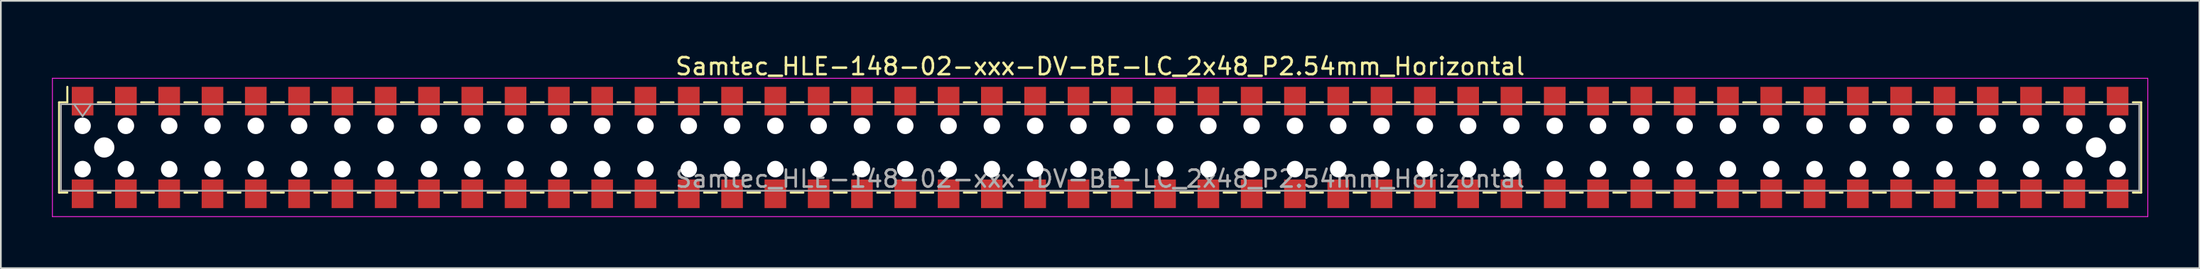
<source format=kicad_pcb>
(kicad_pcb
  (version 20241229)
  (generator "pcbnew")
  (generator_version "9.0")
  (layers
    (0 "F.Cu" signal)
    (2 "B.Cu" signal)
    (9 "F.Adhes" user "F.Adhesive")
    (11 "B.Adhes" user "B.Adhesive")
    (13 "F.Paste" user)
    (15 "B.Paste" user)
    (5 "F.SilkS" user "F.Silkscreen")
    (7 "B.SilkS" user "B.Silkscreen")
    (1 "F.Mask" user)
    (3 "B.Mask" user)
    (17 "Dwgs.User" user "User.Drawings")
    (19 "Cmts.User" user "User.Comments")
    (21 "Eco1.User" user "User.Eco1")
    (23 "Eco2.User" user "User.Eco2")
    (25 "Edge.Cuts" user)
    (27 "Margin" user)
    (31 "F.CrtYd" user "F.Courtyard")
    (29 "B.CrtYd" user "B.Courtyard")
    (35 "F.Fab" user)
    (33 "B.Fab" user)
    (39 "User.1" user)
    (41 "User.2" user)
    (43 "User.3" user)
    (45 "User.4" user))
  (footprint "Samtec_HLE-148-02-xxx-DV-BE-LC_2x48_P2.54mm_Horizontal"
    (layer "F.Cu")
    (at 61.485 5.608)
    (property "Reference" "Samtec_HLE-148-02-xxx-DV-BE-LC_2x48_P2.54mm_Horizontal" (at 0 -4.76 0) (layer "F.SilkS") (effects (font (size 1 1) (thickness 0.15))))
    (attr smd)
    (fp_line (start -61.07 -2.65) (end -61.07 2.65) (stroke (width 0.12) (type solid)) (layer "F.SilkS"))
    (fp_line (start -61.07 2.65) (end -60.585 2.65) (stroke (width 0.12) (type solid)) (layer "F.SilkS"))
    (fp_line (start -60.585 -3.56) (end -60.585 -2.65) (stroke (width 0.12) (type solid)) (layer "F.SilkS"))
    (fp_line (start -60.585 -2.65) (end -61.07 -2.65) (stroke (width 0.12) (type solid)) (layer "F.SilkS"))
    (fp_line (start -58.795 -2.65) (end -58.045 -2.65) (stroke (width 0.12) (type solid)) (layer "F.SilkS"))
    (fp_line (start -58.795 2.65) (end -58.045 2.65) (stroke (width 0.12) (type solid)) (layer "F.SilkS"))
    (fp_line (start -56.255 -2.65) (end -55.505 -2.65) (stroke (width 0.12) (type solid)) (layer "F.SilkS"))
    (fp_line (start -56.255 2.65) (end -55.505 2.65) (stroke (width 0.12) (type solid)) (layer "F.SilkS"))
    (fp_line (start -53.715 -2.65) (end -52.965 -2.65) (stroke (width 0.12) (type solid)) (layer "F.SilkS"))
    (fp_line (start -53.715 2.65) (end -52.965 2.65) (stroke (width 0.12) (type solid)) (layer "F.SilkS"))
    (fp_line (start -51.175 -2.65) (end -50.425 -2.65) (stroke (width 0.12) (type solid)) (layer "F.SilkS"))
    (fp_line (start -51.175 2.65) (end -50.425 2.65) (stroke (width 0.12) (type solid)) (layer "F.SilkS"))
    (fp_line (start -48.635 -2.65) (end -47.885 -2.65) (stroke (width 0.12) (type solid)) (layer "F.SilkS"))
    (fp_line (start -48.635 2.65) (end -47.885 2.65) (stroke (width 0.12) (type solid)) (layer "F.SilkS"))
    (fp_line (start -46.095 -2.65) (end -45.345 -2.65) (stroke (width 0.12) (type solid)) (layer "F.SilkS"))
    (fp_line (start -46.095 2.65) (end -45.345 2.65) (stroke (width 0.12) (type solid)) (layer "F.SilkS"))
    (fp_line (start -43.555 -2.65) (end -42.805 -2.65) (stroke (width 0.12) (type solid)) (layer "F.SilkS"))
    (fp_line (start -43.555 2.65) (end -42.805 2.65) (stroke (width 0.12) (type solid)) (layer "F.SilkS"))
    (fp_line (start -41.015 -2.65) (end -40.265 -2.65) (stroke (width 0.12) (type solid)) (layer "F.SilkS"))
    (fp_line (start -41.015 2.65) (end -40.265 2.65) (stroke (width 0.12) (type solid)) (layer "F.SilkS"))
    (fp_line (start -38.475 -2.65) (end -37.725 -2.65) (stroke (width 0.12) (type solid)) (layer "F.SilkS"))
    (fp_line (start -38.475 2.65) (end -37.725 2.65) (stroke (width 0.12) (type solid)) (layer "F.SilkS"))
    (fp_line (start -35.935 -2.65) (end -35.185 -2.65) (stroke (width 0.12) (type solid)) (layer "F.SilkS"))
    (fp_line (start -35.935 2.65) (end -35.185 2.65) (stroke (width 0.12) (type solid)) (layer "F.SilkS"))
    (fp_line (start -33.395 -2.65) (end -32.645 -2.65) (stroke (width 0.12) (type solid)) (layer "F.SilkS"))
    (fp_line (start -33.395 2.65) (end -32.645 2.65) (stroke (width 0.12) (type solid)) (layer "F.SilkS"))
    (fp_line (start -30.855 -2.65) (end -30.105 -2.65) (stroke (width 0.12) (type solid)) (layer "F.SilkS"))
    (fp_line (start -30.855 2.65) (end -30.105 2.65) (stroke (width 0.12) (type solid)) (layer "F.SilkS"))
    (fp_line (start -28.315 -2.65) (end -27.565 -2.65) (stroke (width 0.12) (type solid)) (layer "F.SilkS"))
    (fp_line (start -28.315 2.65) (end -27.565 2.65) (stroke (width 0.12) (type solid)) (layer "F.SilkS"))
    (fp_line (start -25.775 -2.65) (end -25.025 -2.65) (stroke (width 0.12) (type solid)) (layer "F.SilkS"))
    (fp_line (start -25.775 2.65) (end -25.025 2.65) (stroke (width 0.12) (type solid)) (layer "F.SilkS"))
    (fp_line (start -23.235 -2.65) (end -22.485 -2.65) (stroke (width 0.12) (type solid)) (layer "F.SilkS"))
    (fp_line (start -23.235 2.65) (end -22.485 2.65) (stroke (width 0.12) (type solid)) (layer "F.SilkS"))
    (fp_line (start -20.695 -2.65) (end -19.945 -2.65) (stroke (width 0.12) (type solid)) (layer "F.SilkS"))
    (fp_line (start -20.695 2.65) (end -19.945 2.65) (stroke (width 0.12) (type solid)) (layer "F.SilkS"))
    (fp_line (start -18.155 -2.65) (end -17.405 -2.65) (stroke (width 0.12) (type solid)) (layer "F.SilkS"))
    (fp_line (start -18.155 2.65) (end -17.405 2.65) (stroke (width 0.12) (type solid)) (layer "F.SilkS"))
    (fp_line (start -15.615 -2.65) (end -14.865 -2.65) (stroke (width 0.12) (type solid)) (layer "F.SilkS"))
    (fp_line (start -15.615 2.65) (end -14.865 2.65) (stroke (width 0.12) (type solid)) (layer "F.SilkS"))
    (fp_line (start -13.075 -2.65) (end -12.325 -2.65) (stroke (width 0.12) (type solid)) (layer "F.SilkS"))
    (fp_line (start -13.075 2.65) (end -12.325 2.65) (stroke (width 0.12) (type solid)) (layer "F.SilkS"))
    (fp_line (start -10.535 -2.65) (end -9.785 -2.65) (stroke (width 0.12) (type solid)) (layer "F.SilkS"))
    (fp_line (start -10.535 2.65) (end -9.785 2.65) (stroke (width 0.12) (type solid)) (layer "F.SilkS"))
    (fp_line (start -7.995 -2.65) (end -7.245 -2.65) (stroke (width 0.12) (type solid)) (layer "F.SilkS"))
    (fp_line (start -7.995 2.65) (end -7.245 2.65) (stroke (width 0.12) (type solid)) (layer "F.SilkS"))
    (fp_line (start -5.455 -2.65) (end -4.705 -2.65) (stroke (width 0.12) (type solid)) (layer "F.SilkS"))
    (fp_line (start -5.455 2.65) (end -4.705 2.65) (stroke (width 0.12) (type solid)) (layer "F.SilkS"))
    (fp_line (start -2.915 -2.65) (end -2.165 -2.65) (stroke (width 0.12) (type solid)) (layer "F.SilkS"))
    (fp_line (start -2.915 2.65) (end -2.165 2.65) (stroke (width 0.12) (type solid)) (layer "F.SilkS"))
    (fp_line (start -0.375 -2.65) (end 0.375 -2.65) (stroke (width 0.12) (type solid)) (layer "F.SilkS"))
    (fp_line (start -0.375 2.65) (end 0.375 2.65) (stroke (width 0.12) (type solid)) (layer "F.SilkS"))
    (fp_line (start 2.165 -2.65) (end 2.915 -2.65) (stroke (width 0.12) (type solid)) (layer "F.SilkS"))
    (fp_line (start 2.165 2.65) (end 2.915 2.65) (stroke (width 0.12) (type solid)) (layer "F.SilkS"))
    (fp_line (start 4.705 -2.65) (end 5.455 -2.65) (stroke (width 0.12) (type solid)) (layer "F.SilkS"))
    (fp_line (start 4.705 2.65) (end 5.455 2.65) (stroke (width 0.12) (type solid)) (layer "F.SilkS"))
    (fp_line (start 7.245 -2.65) (end 7.995 -2.65) (stroke (width 0.12) (type solid)) (layer "F.SilkS"))
    (fp_line (start 7.245 2.65) (end 7.995 2.65) (stroke (width 0.12) (type solid)) (layer "F.SilkS"))
    (fp_line (start 9.785 -2.65) (end 10.535 -2.65) (stroke (width 0.12) (type solid)) (layer "F.SilkS"))
    (fp_line (start 9.785 2.65) (end 10.535 2.65) (stroke (width 0.12) (type solid)) (layer "F.SilkS"))
    (fp_line (start 12.325 -2.65) (end 13.075 -2.65) (stroke (width 0.12) (type solid)) (layer "F.SilkS"))
    (fp_line (start 12.325 2.65) (end 13.075 2.65) (stroke (width 0.12) (type solid)) (layer "F.SilkS"))
    (fp_line (start 14.865 -2.65) (end 15.615 -2.65) (stroke (width 0.12) (type solid)) (layer "F.SilkS"))
    (fp_line (start 14.865 2.65) (end 15.615 2.65) (stroke (width 0.12) (type solid)) (layer "F.SilkS"))
    (fp_line (start 17.405 -2.65) (end 18.155 -2.65) (stroke (width 0.12) (type solid)) (layer "F.SilkS"))
    (fp_line (start 17.405 2.65) (end 18.155 2.65) (stroke (width 0.12) (type solid)) (layer "F.SilkS"))
    (fp_line (start 19.945 -2.65) (end 20.695 -2.65) (stroke (width 0.12) (type solid)) (layer "F.SilkS"))
    (fp_line (start 19.945 2.65) (end 20.695 2.65) (stroke (width 0.12) (type solid)) (layer "F.SilkS"))
    (fp_line (start 22.485 -2.65) (end 23.235 -2.65) (stroke (width 0.12) (type solid)) (layer "F.SilkS"))
    (fp_line (start 22.485 2.65) (end 23.235 2.65) (stroke (width 0.12) (type solid)) (layer "F.SilkS"))
    (fp_line (start 25.025 -2.65) (end 25.775 -2.65) (stroke (width 0.12) (type solid)) (layer "F.SilkS"))
    (fp_line (start 25.025 2.65) (end 25.775 2.65) (stroke (width 0.12) (type solid)) (layer "F.SilkS"))
    (fp_line (start 27.565 -2.65) (end 28.315 -2.65) (stroke (width 0.12) (type solid)) (layer "F.SilkS"))
    (fp_line (start 27.565 2.65) (end 28.315 2.65) (stroke (width 0.12) (type solid)) (layer "F.SilkS"))
    (fp_line (start 30.105 -2.65) (end 30.855 -2.65) (stroke (width 0.12) (type solid)) (layer "F.SilkS"))
    (fp_line (start 30.105 2.65) (end 30.855 2.65) (stroke (width 0.12) (type solid)) (layer "F.SilkS"))
    (fp_line (start 32.645 -2.65) (end 33.395 -2.65) (stroke (width 0.12) (type solid)) (layer "F.SilkS"))
    (fp_line (start 32.645 2.65) (end 33.395 2.65) (stroke (width 0.12) (type solid)) (layer "F.SilkS"))
    (fp_line (start 35.185 -2.65) (end 35.935 -2.65) (stroke (width 0.12) (type solid)) (layer "F.SilkS"))
    (fp_line (start 35.185 2.65) (end 35.935 2.65) (stroke (width 0.12) (type solid)) (layer "F.SilkS"))
    (fp_line (start 37.725 -2.65) (end 38.475 -2.65) (stroke (width 0.12) (type solid)) (layer "F.SilkS"))
    (fp_line (start 37.725 2.65) (end 38.475 2.65) (stroke (width 0.12) (type solid)) (layer "F.SilkS"))
    (fp_line (start 40.265 -2.65) (end 41.015 -2.65) (stroke (width 0.12) (type solid)) (layer "F.SilkS"))
    (fp_line (start 40.265 2.65) (end 41.015 2.65) (stroke (width 0.12) (type solid)) (layer "F.SilkS"))
    (fp_line (start 42.805 -2.65) (end 43.555 -2.65) (stroke (width 0.12) (type solid)) (layer "F.SilkS"))
    (fp_line (start 42.805 2.65) (end 43.555 2.65) (stroke (width 0.12) (type solid)) (layer "F.SilkS"))
    (fp_line (start 45.345 -2.65) (end 46.095 -2.65) (stroke (width 0.12) (type solid)) (layer "F.SilkS"))
    (fp_line (start 45.345 2.65) (end 46.095 2.65) (stroke (width 0.12) (type solid)) (layer "F.SilkS"))
    (fp_line (start 47.885 -2.65) (end 48.635 -2.65) (stroke (width 0.12) (type solid)) (layer "F.SilkS"))
    (fp_line (start 47.885 2.65) (end 48.635 2.65) (stroke (width 0.12) (type solid)) (layer "F.SilkS"))
    (fp_line (start 50.425 -2.65) (end 51.175 -2.65) (stroke (width 0.12) (type solid)) (layer "F.SilkS"))
    (fp_line (start 50.425 2.65) (end 51.175 2.65) (stroke (width 0.12) (type solid)) (layer "F.SilkS"))
    (fp_line (start 52.965 -2.65) (end 53.715 -2.65) (stroke (width 0.12) (type solid)) (layer "F.SilkS"))
    (fp_line (start 52.965 2.65) (end 53.715 2.65) (stroke (width 0.12) (type solid)) (layer "F.SilkS"))
    (fp_line (start 55.505 -2.65) (end 56.255 -2.65) (stroke (width 0.12) (type solid)) (layer "F.SilkS"))
    (fp_line (start 55.505 2.65) (end 56.255 2.65) (stroke (width 0.12) (type solid)) (layer "F.SilkS"))
    (fp_line (start 58.045 -2.65) (end 58.795 -2.65) (stroke (width 0.12) (type solid)) (layer "F.SilkS"))
    (fp_line (start 58.045 2.65) (end 58.795 2.65) (stroke (width 0.12) (type solid)) (layer "F.SilkS"))
    (fp_line (start 60.585 -2.65) (end 61.07 -2.65) (stroke (width 0.12) (type solid)) (layer "F.SilkS"))
    (fp_line (start 61.07 -2.65) (end 61.07 2.65) (stroke (width 0.12) (type solid)) (layer "F.SilkS"))
    (fp_line (start 61.07 2.65) (end 60.585 2.65) (stroke (width 0.12) (type solid)) (layer "F.SilkS"))
    (fp_line (start -61.46 -4.06) (end 61.46 -4.06) (stroke (width 0.05) (type solid)) (layer "F.CrtYd"))
    (fp_line (start -61.46 4.06) (end -61.46 -4.06) (stroke (width 0.05) (type solid)) (layer "F.CrtYd"))
    (fp_line (start 61.46 -4.06) (end 61.46 4.06) (stroke (width 0.05) (type solid)) (layer "F.CrtYd"))
    (fp_line (start 61.46 4.06) (end -61.46 4.06) (stroke (width 0.05) (type solid)) (layer "F.CrtYd"))
    (fp_line (start -60.96 -2.54) (end 60.96 -2.54) (stroke (width 0.1) (type solid)) (layer "F.Fab"))
    (fp_line (start -60.96 2.54) (end -60.96 -2.54) (stroke (width 0.1) (type solid)) (layer "F.Fab"))
    (fp_line (start -60.19 -2.54) (end -59.69 -1.833) (stroke (width 0.1) (type solid)) (layer "F.Fab"))
    (fp_line (start -59.69 -1.833) (end -59.19 -2.54) (stroke (width 0.1) (type solid)) (layer "F.Fab"))
    (fp_line (start 60.96 -2.54) (end 60.96 2.54) (stroke (width 0.1) (type solid)) (layer "F.Fab"))
    (fp_line (start 60.96 2.54) (end -60.96 2.54) (stroke (width 0.1) (type solid)) (layer "F.Fab"))
    (fp_text user "${REFERENCE}" (at 0 1.84 0) (layer "F.Fab") (effects (font (size 1 1) (thickness 0.15))))
    (pad "" np_thru_hole circle (at -59.69 -1.27) (size 0.97 0.97) (drill 0.97) (layers "*.Cu" "*.Mask"))
    (pad "" np_thru_hole circle (at -59.69 1.27) (size 0.97 0.97) (drill 0.97) (layers "*.Cu" "*.Mask"))
    (pad "" np_thru_hole circle (at -58.42 0) (size 1.19 1.19) (drill 1.19) (layers "*.Cu" "*.Mask"))
    (pad "" np_thru_hole circle (at -57.15 -1.27) (size 0.97 0.97) (drill 0.97) (layers "*.Cu" "*.Mask"))
    (pad "" np_thru_hole circle (at -57.15 1.27) (size 0.97 0.97) (drill 0.97) (layers "*.Cu" "*.Mask"))
    (pad "" np_thru_hole circle (at -54.61 -1.27) (size 0.97 0.97) (drill 0.97) (layers "*.Cu" "*.Mask"))
    (pad "" np_thru_hole circle (at -54.61 1.27) (size 0.97 0.97) (drill 0.97) (layers "*.Cu" "*.Mask"))
    (pad "" np_thru_hole circle (at -52.07 -1.27) (size 0.97 0.97) (drill 0.97) (layers "*.Cu" "*.Mask"))
    (pad "" np_thru_hole circle (at -52.07 1.27) (size 0.97 0.97) (drill 0.97) (layers "*.Cu" "*.Mask"))
    (pad "" np_thru_hole circle (at -49.53 -1.27) (size 0.97 0.97) (drill 0.97) (layers "*.Cu" "*.Mask"))
    (pad "" np_thru_hole circle (at -49.53 1.27) (size 0.97 0.97) (drill 0.97) (layers "*.Cu" "*.Mask"))
    (pad "" np_thru_hole circle (at -46.99 -1.27) (size 0.97 0.97) (drill 0.97) (layers "*.Cu" "*.Mask"))
    (pad "" np_thru_hole circle (at -46.99 1.27) (size 0.97 0.97) (drill 0.97) (layers "*.Cu" "*.Mask"))
    (pad "" np_thru_hole circle (at -44.45 -1.27) (size 0.97 0.97) (drill 0.97) (layers "*.Cu" "*.Mask"))
    (pad "" np_thru_hole circle (at -44.45 1.27) (size 0.97 0.97) (drill 0.97) (layers "*.Cu" "*.Mask"))
    (pad "" np_thru_hole circle (at -41.91 -1.27) (size 0.97 0.97) (drill 0.97) (layers "*.Cu" "*.Mask"))
    (pad "" np_thru_hole circle (at -41.91 1.27) (size 0.97 0.97) (drill 0.97) (layers "*.Cu" "*.Mask"))
    (pad "" np_thru_hole circle (at -39.37 -1.27) (size 0.97 0.97) (drill 0.97) (layers "*.Cu" "*.Mask"))
    (pad "" np_thru_hole circle (at -39.37 1.27) (size 0.97 0.97) (drill 0.97) (layers "*.Cu" "*.Mask"))
    (pad "" np_thru_hole circle (at -36.83 -1.27) (size 0.97 0.97) (drill 0.97) (layers "*.Cu" "*.Mask"))
    (pad "" np_thru_hole circle (at -36.83 1.27) (size 0.97 0.97) (drill 0.97) (layers "*.Cu" "*.Mask"))
    (pad "" np_thru_hole circle (at -34.29 -1.27) (size 0.97 0.97) (drill 0.97) (layers "*.Cu" "*.Mask"))
    (pad "" np_thru_hole circle (at -34.29 1.27) (size 0.97 0.97) (drill 0.97) (layers "*.Cu" "*.Mask"))
    (pad "" np_thru_hole circle (at -31.75 -1.27) (size 0.97 0.97) (drill 0.97) (layers "*.Cu" "*.Mask"))
    (pad "" np_thru_hole circle (at -31.75 1.27) (size 0.97 0.97) (drill 0.97) (layers "*.Cu" "*.Mask"))
    (pad "" np_thru_hole circle (at -29.21 -1.27) (size 0.97 0.97) (drill 0.97) (layers "*.Cu" "*.Mask"))
    (pad "" np_thru_hole circle (at -29.21 1.27) (size 0.97 0.97) (drill 0.97) (layers "*.Cu" "*.Mask"))
    (pad "" np_thru_hole circle (at -26.67 -1.27) (size 0.97 0.97) (drill 0.97) (layers "*.Cu" "*.Mask"))
    (pad "" np_thru_hole circle (at -26.67 1.27) (size 0.97 0.97) (drill 0.97) (layers "*.Cu" "*.Mask"))
    (pad "" np_thru_hole circle (at -24.13 -1.27) (size 0.97 0.97) (drill 0.97) (layers "*.Cu" "*.Mask"))
    (pad "" np_thru_hole circle (at -24.13 1.27) (size 0.97 0.97) (drill 0.97) (layers "*.Cu" "*.Mask"))
    (pad "" np_thru_hole circle (at -21.59 -1.27) (size 0.97 0.97) (drill 0.97) (layers "*.Cu" "*.Mask"))
    (pad "" np_thru_hole circle (at -21.59 1.27) (size 0.97 0.97) (drill 0.97) (layers "*.Cu" "*.Mask"))
    (pad "" np_thru_hole circle (at -19.05 -1.27) (size 0.97 0.97) (drill 0.97) (layers "*.Cu" "*.Mask"))
    (pad "" np_thru_hole circle (at -19.05 1.27) (size 0.97 0.97) (drill 0.97) (layers "*.Cu" "*.Mask"))
    (pad "" np_thru_hole circle (at -16.51 -1.27) (size 0.97 0.97) (drill 0.97) (layers "*.Cu" "*.Mask"))
    (pad "" np_thru_hole circle (at -16.51 1.27) (size 0.97 0.97) (drill 0.97) (layers "*.Cu" "*.Mask"))
    (pad "" np_thru_hole circle (at -13.97 -1.27) (size 0.97 0.97) (drill 0.97) (layers "*.Cu" "*.Mask"))
    (pad "" np_thru_hole circle (at -13.97 1.27) (size 0.97 0.97) (drill 0.97) (layers "*.Cu" "*.Mask"))
    (pad "" np_thru_hole circle (at -11.43 -1.27) (size 0.97 0.97) (drill 0.97) (layers "*.Cu" "*.Mask"))
    (pad "" np_thru_hole circle (at -11.43 1.27) (size 0.97 0.97) (drill 0.97) (layers "*.Cu" "*.Mask"))
    (pad "" np_thru_hole circle (at -8.89 -1.27) (size 0.97 0.97) (drill 0.97) (layers "*.Cu" "*.Mask"))
    (pad "" np_thru_hole circle (at -8.89 1.27) (size 0.97 0.97) (drill 0.97) (layers "*.Cu" "*.Mask"))
    (pad "" np_thru_hole circle (at -6.35 -1.27) (size 0.97 0.97) (drill 0.97) (layers "*.Cu" "*.Mask"))
    (pad "" np_thru_hole circle (at -6.35 1.27) (size 0.97 0.97) (drill 0.97) (layers "*.Cu" "*.Mask"))
    (pad "" np_thru_hole circle (at -3.81 -1.27) (size 0.97 0.97) (drill 0.97) (layers "*.Cu" "*.Mask"))
    (pad "" np_thru_hole circle (at -3.81 1.27) (size 0.97 0.97) (drill 0.97) (layers "*.Cu" "*.Mask"))
    (pad "" np_thru_hole circle (at -1.27 -1.27) (size 0.97 0.97) (drill 0.97) (layers "*.Cu" "*.Mask"))
    (pad "" np_thru_hole circle (at -1.27 1.27) (size 0.97 0.97) (drill 0.97) (layers "*.Cu" "*.Mask"))
    (pad "" np_thru_hole circle (at 1.27 -1.27) (size 0.97 0.97) (drill 0.97) (layers "*.Cu" "*.Mask"))
    (pad "" np_thru_hole circle (at 1.27 1.27) (size 0.97 0.97) (drill 0.97) (layers "*.Cu" "*.Mask"))
    (pad "" np_thru_hole circle (at 3.81 -1.27) (size 0.97 0.97) (drill 0.97) (layers "*.Cu" "*.Mask"))
    (pad "" np_thru_hole circle (at 3.81 1.27) (size 0.97 0.97) (drill 0.97) (layers "*.Cu" "*.Mask"))
    (pad "" np_thru_hole circle (at 6.35 -1.27) (size 0.97 0.97) (drill 0.97) (layers "*.Cu" "*.Mask"))
    (pad "" np_thru_hole circle (at 6.35 1.27) (size 0.97 0.97) (drill 0.97) (layers "*.Cu" "*.Mask"))
    (pad "" np_thru_hole circle (at 8.89 -1.27) (size 0.97 0.97) (drill 0.97) (layers "*.Cu" "*.Mask"))
    (pad "" np_thru_hole circle (at 8.89 1.27) (size 0.97 0.97) (drill 0.97) (layers "*.Cu" "*.Mask"))
    (pad "" np_thru_hole circle (at 11.43 -1.27) (size 0.97 0.97) (drill 0.97) (layers "*.Cu" "*.Mask"))
    (pad "" np_thru_hole circle (at 11.43 1.27) (size 0.97 0.97) (drill 0.97) (layers "*.Cu" "*.Mask"))
    (pad "" np_thru_hole circle (at 13.97 -1.27) (size 0.97 0.97) (drill 0.97) (layers "*.Cu" "*.Mask"))
    (pad "" np_thru_hole circle (at 13.97 1.27) (size 0.97 0.97) (drill 0.97) (layers "*.Cu" "*.Mask"))
    (pad "" np_thru_hole circle (at 16.51 -1.27) (size 0.97 0.97) (drill 0.97) (layers "*.Cu" "*.Mask"))
    (pad "" np_thru_hole circle (at 16.51 1.27) (size 0.97 0.97) (drill 0.97) (layers "*.Cu" "*.Mask"))
    (pad "" np_thru_hole circle (at 19.05 -1.27) (size 0.97 0.97) (drill 0.97) (layers "*.Cu" "*.Mask"))
    (pad "" np_thru_hole circle (at 19.05 1.27) (size 0.97 0.97) (drill 0.97) (layers "*.Cu" "*.Mask"))
    (pad "" np_thru_hole circle (at 21.59 -1.27) (size 0.97 0.97) (drill 0.97) (layers "*.Cu" "*.Mask"))
    (pad "" np_thru_hole circle (at 21.59 1.27) (size 0.97 0.97) (drill 0.97) (layers "*.Cu" "*.Mask"))
    (pad "" np_thru_hole circle (at 24.13 -1.27) (size 0.97 0.97) (drill 0.97) (layers "*.Cu" "*.Mask"))
    (pad "" np_thru_hole circle (at 24.13 1.27) (size 0.97 0.97) (drill 0.97) (layers "*.Cu" "*.Mask"))
    (pad "" np_thru_hole circle (at 26.67 -1.27) (size 0.97 0.97) (drill 0.97) (layers "*.Cu" "*.Mask"))
    (pad "" np_thru_hole circle (at 26.67 1.27) (size 0.97 0.97) (drill 0.97) (layers "*.Cu" "*.Mask"))
    (pad "" np_thru_hole circle (at 29.21 -1.27) (size 0.97 0.97) (drill 0.97) (layers "*.Cu" "*.Mask"))
    (pad "" np_thru_hole circle (at 29.21 1.27) (size 0.97 0.97) (drill 0.97) (layers "*.Cu" "*.Mask"))
    (pad "" np_thru_hole circle (at 31.75 -1.27) (size 0.97 0.97) (drill 0.97) (layers "*.Cu" "*.Mask"))
    (pad "" np_thru_hole circle (at 31.75 1.27) (size 0.97 0.97) (drill 0.97) (layers "*.Cu" "*.Mask"))
    (pad "" np_thru_hole circle (at 34.29 -1.27) (size 0.97 0.97) (drill 0.97) (layers "*.Cu" "*.Mask"))
    (pad "" np_thru_hole circle (at 34.29 1.27) (size 0.97 0.97) (drill 0.97) (layers "*.Cu" "*.Mask"))
    (pad "" np_thru_hole circle (at 36.83 -1.27) (size 0.97 0.97) (drill 0.97) (layers "*.Cu" "*.Mask"))
    (pad "" np_thru_hole circle (at 36.83 1.27) (size 0.97 0.97) (drill 0.97) (layers "*.Cu" "*.Mask"))
    (pad "" np_thru_hole circle (at 39.37 -1.27) (size 0.97 0.97) (drill 0.97) (layers "*.Cu" "*.Mask"))
    (pad "" np_thru_hole circle (at 39.37 1.27) (size 0.97 0.97) (drill 0.97) (layers "*.Cu" "*.Mask"))
    (pad "" np_thru_hole circle (at 41.91 -1.27) (size 0.97 0.97) (drill 0.97) (layers "*.Cu" "*.Mask"))
    (pad "" np_thru_hole circle (at 41.91 1.27) (size 0.97 0.97) (drill 0.97) (layers "*.Cu" "*.Mask"))
    (pad "" np_thru_hole circle (at 44.45 -1.27) (size 0.97 0.97) (drill 0.97) (layers "*.Cu" "*.Mask"))
    (pad "" np_thru_hole circle (at 44.45 1.27) (size 0.97 0.97) (drill 0.97) (layers "*.Cu" "*.Mask"))
    (pad "" np_thru_hole circle (at 46.99 -1.27) (size 0.97 0.97) (drill 0.97) (layers "*.Cu" "*.Mask"))
    (pad "" np_thru_hole circle (at 46.99 1.27) (size 0.97 0.97) (drill 0.97) (layers "*.Cu" "*.Mask"))
    (pad "" np_thru_hole circle (at 49.53 -1.27) (size 0.97 0.97) (drill 0.97) (layers "*.Cu" "*.Mask"))
    (pad "" np_thru_hole circle (at 49.53 1.27) (size 0.97 0.97) (drill 0.97) (layers "*.Cu" "*.Mask"))
    (pad "" np_thru_hole circle (at 52.07 -1.27) (size 0.97 0.97) (drill 0.97) (layers "*.Cu" "*.Mask"))
    (pad "" np_thru_hole circle (at 52.07 1.27) (size 0.97 0.97) (drill 0.97) (layers "*.Cu" "*.Mask"))
    (pad "" np_thru_hole circle (at 54.61 -1.27) (size 0.97 0.97) (drill 0.97) (layers "*.Cu" "*.Mask"))
    (pad "" np_thru_hole circle (at 54.61 1.27) (size 0.97 0.97) (drill 0.97) (layers "*.Cu" "*.Mask"))
    (pad "" np_thru_hole circle (at 57.15 -1.27) (size 0.97 0.97) (drill 0.97) (layers "*.Cu" "*.Mask"))
    (pad "" np_thru_hole circle (at 57.15 1.27) (size 0.97 0.97) (drill 0.97) (layers "*.Cu" "*.Mask"))
    (pad "" np_thru_hole circle (at 58.42 0) (size 1.19 1.19) (drill 1.19) (layers "*.Cu" "*.Mask"))
    (pad "" np_thru_hole circle (at 59.69 -1.27) (size 0.97 0.97) (drill 0.97) (layers "*.Cu" "*.Mask"))
    (pad "" np_thru_hole circle (at 59.69 1.27) (size 0.97 0.97) (drill 0.97) (layers "*.Cu" "*.Mask"))
    (pad "1" smd rect (at -59.69 -2.72) (size 1.27 1.68) (layers "F.Cu" "F.Mask" "F.Paste"))
    (pad "2" smd rect (at -59.69 2.72) (size 1.27 1.68) (layers "F.Cu" "F.Mask" "F.Paste"))
    (pad "3" smd rect (at -57.15 -2.72) (size 1.27 1.68) (layers "F.Cu" "F.Mask" "F.Paste"))
    (pad "4" smd rect (at -57.15 2.72) (size 1.27 1.68) (layers "F.Cu" "F.Mask" "F.Paste"))
    (pad "5" smd rect (at -54.61 -2.72) (size 1.27 1.68) (layers "F.Cu" "F.Mask" "F.Paste"))
    (pad "6" smd rect (at -54.61 2.72) (size 1.27 1.68) (layers "F.Cu" "F.Mask" "F.Paste"))
    (pad "7" smd rect (at -52.07 -2.72) (size 1.27 1.68) (layers "F.Cu" "F.Mask" "F.Paste"))
    (pad "8" smd rect (at -52.07 2.72) (size 1.27 1.68) (layers "F.Cu" "F.Mask" "F.Paste"))
    (pad "9" smd rect (at -49.53 -2.72) (size 1.27 1.68) (layers "F.Cu" "F.Mask" "F.Paste"))
    (pad "10" smd rect (at -49.53 2.72) (size 1.27 1.68) (layers "F.Cu" "F.Mask" "F.Paste"))
    (pad "11" smd rect (at -46.99 -2.72) (size 1.27 1.68) (layers "F.Cu" "F.Mask" "F.Paste"))
    (pad "12" smd rect (at -46.99 2.72) (size 1.27 1.68) (layers "F.Cu" "F.Mask" "F.Paste"))
    (pad "13" smd rect (at -44.45 -2.72) (size 1.27 1.68) (layers "F.Cu" "F.Mask" "F.Paste"))
    (pad "14" smd rect (at -44.45 2.72) (size 1.27 1.68) (layers "F.Cu" "F.Mask" "F.Paste"))
    (pad "15" smd rect (at -41.91 -2.72) (size 1.27 1.68) (layers "F.Cu" "F.Mask" "F.Paste"))
    (pad "16" smd rect (at -41.91 2.72) (size 1.27 1.68) (layers "F.Cu" "F.Mask" "F.Paste"))
    (pad "17" smd rect (at -39.37 -2.72) (size 1.27 1.68) (layers "F.Cu" "F.Mask" "F.Paste"))
    (pad "18" smd rect (at -39.37 2.72) (size 1.27 1.68) (layers "F.Cu" "F.Mask" "F.Paste"))
    (pad "19" smd rect (at -36.83 -2.72) (size 1.27 1.68) (layers "F.Cu" "F.Mask" "F.Paste"))
    (pad "20" smd rect (at -36.83 2.72) (size 1.27 1.68) (layers "F.Cu" "F.Mask" "F.Paste"))
    (pad "21" smd rect (at -34.29 -2.72) (size 1.27 1.68) (layers "F.Cu" "F.Mask" "F.Paste"))
    (pad "22" smd rect (at -34.29 2.72) (size 1.27 1.68) (layers "F.Cu" "F.Mask" "F.Paste"))
    (pad "23" smd rect (at -31.75 -2.72) (size 1.27 1.68) (layers "F.Cu" "F.Mask" "F.Paste"))
    (pad "24" smd rect (at -31.75 2.72) (size 1.27 1.68) (layers "F.Cu" "F.Mask" "F.Paste"))
    (pad "25" smd rect (at -29.21 -2.72) (size 1.27 1.68) (layers "F.Cu" "F.Mask" "F.Paste"))
    (pad "26" smd rect (at -29.21 2.72) (size 1.27 1.68) (layers "F.Cu" "F.Mask" "F.Paste"))
    (pad "27" smd rect (at -26.67 -2.72) (size 1.27 1.68) (layers "F.Cu" "F.Mask" "F.Paste"))
    (pad "28" smd rect (at -26.67 2.72) (size 1.27 1.68) (layers "F.Cu" "F.Mask" "F.Paste"))
    (pad "29" smd rect (at -24.13 -2.72) (size 1.27 1.68) (layers "F.Cu" "F.Mask" "F.Paste"))
    (pad "30" smd rect (at -24.13 2.72) (size 1.27 1.68) (layers "F.Cu" "F.Mask" "F.Paste"))
    (pad "31" smd rect (at -21.59 -2.72) (size 1.27 1.68) (layers "F.Cu" "F.Mask" "F.Paste"))
    (pad "32" smd rect (at -21.59 2.72) (size 1.27 1.68) (layers "F.Cu" "F.Mask" "F.Paste"))
    (pad "33" smd rect (at -19.05 -2.72) (size 1.27 1.68) (layers "F.Cu" "F.Mask" "F.Paste"))
    (pad "34" smd rect (at -19.05 2.72) (size 1.27 1.68) (layers "F.Cu" "F.Mask" "F.Paste"))
    (pad "35" smd rect (at -16.51 -2.72) (size 1.27 1.68) (layers "F.Cu" "F.Mask" "F.Paste"))
    (pad "36" smd rect (at -16.51 2.72) (size 1.27 1.68) (layers "F.Cu" "F.Mask" "F.Paste"))
    (pad "37" smd rect (at -13.97 -2.72) (size 1.27 1.68) (layers "F.Cu" "F.Mask" "F.Paste"))
    (pad "38" smd rect (at -13.97 2.72) (size 1.27 1.68) (layers "F.Cu" "F.Mask" "F.Paste"))
    (pad "39" smd rect (at -11.43 -2.72) (size 1.27 1.68) (layers "F.Cu" "F.Mask" "F.Paste"))
    (pad "40" smd rect (at -11.43 2.72) (size 1.27 1.68) (layers "F.Cu" "F.Mask" "F.Paste"))
    (pad "41" smd rect (at -8.89 -2.72) (size 1.27 1.68) (layers "F.Cu" "F.Mask" "F.Paste"))
    (pad "42" smd rect (at -8.89 2.72) (size 1.27 1.68) (layers "F.Cu" "F.Mask" "F.Paste"))
    (pad "43" smd rect (at -6.35 -2.72) (size 1.27 1.68) (layers "F.Cu" "F.Mask" "F.Paste"))
    (pad "44" smd rect (at -6.35 2.72) (size 1.27 1.68) (layers "F.Cu" "F.Mask" "F.Paste"))
    (pad "45" smd rect (at -3.81 -2.72) (size 1.27 1.68) (layers "F.Cu" "F.Mask" "F.Paste"))
    (pad "46" smd rect (at -3.81 2.72) (size 1.27 1.68) (layers "F.Cu" "F.Mask" "F.Paste"))
    (pad "47" smd rect (at -1.27 -2.72) (size 1.27 1.68) (layers "F.Cu" "F.Mask" "F.Paste"))
    (pad "48" smd rect (at -1.27 2.72) (size 1.27 1.68) (layers "F.Cu" "F.Mask" "F.Paste"))
    (pad "49" smd rect (at 1.27 -2.72) (size 1.27 1.68) (layers "F.Cu" "F.Mask" "F.Paste"))
    (pad "50" smd rect (at 1.27 2.72) (size 1.27 1.68) (layers "F.Cu" "F.Mask" "F.Paste"))
    (pad "51" smd rect (at 3.81 -2.72) (size 1.27 1.68) (layers "F.Cu" "F.Mask" "F.Paste"))
    (pad "52" smd rect (at 3.81 2.72) (size 1.27 1.68) (layers "F.Cu" "F.Mask" "F.Paste"))
    (pad "53" smd rect (at 6.35 -2.72) (size 1.27 1.68) (layers "F.Cu" "F.Mask" "F.Paste"))
    (pad "54" smd rect (at 6.35 2.72) (size 1.27 1.68) (layers "F.Cu" "F.Mask" "F.Paste"))
    (pad "55" smd rect (at 8.89 -2.72) (size 1.27 1.68) (layers "F.Cu" "F.Mask" "F.Paste"))
    (pad "56" smd rect (at 8.89 2.72) (size 1.27 1.68) (layers "F.Cu" "F.Mask" "F.Paste"))
    (pad "57" smd rect (at 11.43 -2.72) (size 1.27 1.68) (layers "F.Cu" "F.Mask" "F.Paste"))
    (pad "58" smd rect (at 11.43 2.72) (size 1.27 1.68) (layers "F.Cu" "F.Mask" "F.Paste"))
    (pad "59" smd rect (at 13.97 -2.72) (size 1.27 1.68) (layers "F.Cu" "F.Mask" "F.Paste"))
    (pad "60" smd rect (at 13.97 2.72) (size 1.27 1.68) (layers "F.Cu" "F.Mask" "F.Paste"))
    (pad "61" smd rect (at 16.51 -2.72) (size 1.27 1.68) (layers "F.Cu" "F.Mask" "F.Paste"))
    (pad "62" smd rect (at 16.51 2.72) (size 1.27 1.68) (layers "F.Cu" "F.Mask" "F.Paste"))
    (pad "63" smd rect (at 19.05 -2.72) (size 1.27 1.68) (layers "F.Cu" "F.Mask" "F.Paste"))
    (pad "64" smd rect (at 19.05 2.72) (size 1.27 1.68) (layers "F.Cu" "F.Mask" "F.Paste"))
    (pad "65" smd rect (at 21.59 -2.72) (size 1.27 1.68) (layers "F.Cu" "F.Mask" "F.Paste"))
    (pad "66" smd rect (at 21.59 2.72) (size 1.27 1.68) (layers "F.Cu" "F.Mask" "F.Paste"))
    (pad "67" smd rect (at 24.13 -2.72) (size 1.27 1.68) (layers "F.Cu" "F.Mask" "F.Paste"))
    (pad "68" smd rect (at 24.13 2.72) (size 1.27 1.68) (layers "F.Cu" "F.Mask" "F.Paste"))
    (pad "69" smd rect (at 26.67 -2.72) (size 1.27 1.68) (layers "F.Cu" "F.Mask" "F.Paste"))
    (pad "70" smd rect (at 26.67 2.72) (size 1.27 1.68) (layers "F.Cu" "F.Mask" "F.Paste"))
    (pad "71" smd rect (at 29.21 -2.72) (size 1.27 1.68) (layers "F.Cu" "F.Mask" "F.Paste"))
    (pad "72" smd rect (at 29.21 2.72) (size 1.27 1.68) (layers "F.Cu" "F.Mask" "F.Paste"))
    (pad "73" smd rect (at 31.75 -2.72) (size 1.27 1.68) (layers "F.Cu" "F.Mask" "F.Paste"))
    (pad "74" smd rect (at 31.75 2.72) (size 1.27 1.68) (layers "F.Cu" "F.Mask" "F.Paste"))
    (pad "75" smd rect (at 34.29 -2.72) (size 1.27 1.68) (layers "F.Cu" "F.Mask" "F.Paste"))
    (pad "76" smd rect (at 34.29 2.72) (size 1.27 1.68) (layers "F.Cu" "F.Mask" "F.Paste"))
    (pad "77" smd rect (at 36.83 -2.72) (size 1.27 1.68) (layers "F.Cu" "F.Mask" "F.Paste"))
    (pad "78" smd rect (at 36.83 2.72) (size 1.27 1.68) (layers "F.Cu" "F.Mask" "F.Paste"))
    (pad "79" smd rect (at 39.37 -2.72) (size 1.27 1.68) (layers "F.Cu" "F.Mask" "F.Paste"))
    (pad "80" smd rect (at 39.37 2.72) (size 1.27 1.68) (layers "F.Cu" "F.Mask" "F.Paste"))
    (pad "81" smd rect (at 41.91 -2.72) (size 1.27 1.68) (layers "F.Cu" "F.Mask" "F.Paste"))
    (pad "82" smd rect (at 41.91 2.72) (size 1.27 1.68) (layers "F.Cu" "F.Mask" "F.Paste"))
    (pad "83" smd rect (at 44.45 -2.72) (size 1.27 1.68) (layers "F.Cu" "F.Mask" "F.Paste"))
    (pad "84" smd rect (at 44.45 2.72) (size 1.27 1.68) (layers "F.Cu" "F.Mask" "F.Paste"))
    (pad "85" smd rect (at 46.99 -2.72) (size 1.27 1.68) (layers "F.Cu" "F.Mask" "F.Paste"))
    (pad "86" smd rect (at 46.99 2.72) (size 1.27 1.68) (layers "F.Cu" "F.Mask" "F.Paste"))
    (pad "87" smd rect (at 49.53 -2.72) (size 1.27 1.68) (layers "F.Cu" "F.Mask" "F.Paste"))
    (pad "88" smd rect (at 49.53 2.72) (size 1.27 1.68) (layers "F.Cu" "F.Mask" "F.Paste"))
    (pad "89" smd rect (at 52.07 -2.72) (size 1.27 1.68) (layers "F.Cu" "F.Mask" "F.Paste"))
    (pad "90" smd rect (at 52.07 2.72) (size 1.27 1.68) (layers "F.Cu" "F.Mask" "F.Paste"))
    (pad "91" smd rect (at 54.61 -2.72) (size 1.27 1.68) (layers "F.Cu" "F.Mask" "F.Paste"))
    (pad "92" smd rect (at 54.61 2.72) (size 1.27 1.68) (layers "F.Cu" "F.Mask" "F.Paste"))
    (pad "93" smd rect (at 57.15 -2.72) (size 1.27 1.68) (layers "F.Cu" "F.Mask" "F.Paste"))
    (pad "94" smd rect (at 57.15 2.72) (size 1.27 1.68) (layers "F.Cu" "F.Mask" "F.Paste"))
    (pad "95" smd rect (at 59.69 -2.72) (size 1.27 1.68) (layers "F.Cu" "F.Mask" "F.Paste"))
    (pad "96" smd rect (at 59.69 2.72) (size 1.27 1.68) (layers "F.Cu" "F.Mask" "F.Paste")))
  (gr_rect
    (start -3 -3)
    (end 125.97 12.693)
    (stroke (width 0.1) (type default))
    (fill no)
    (layer "Edge.Cuts")))
</source>
